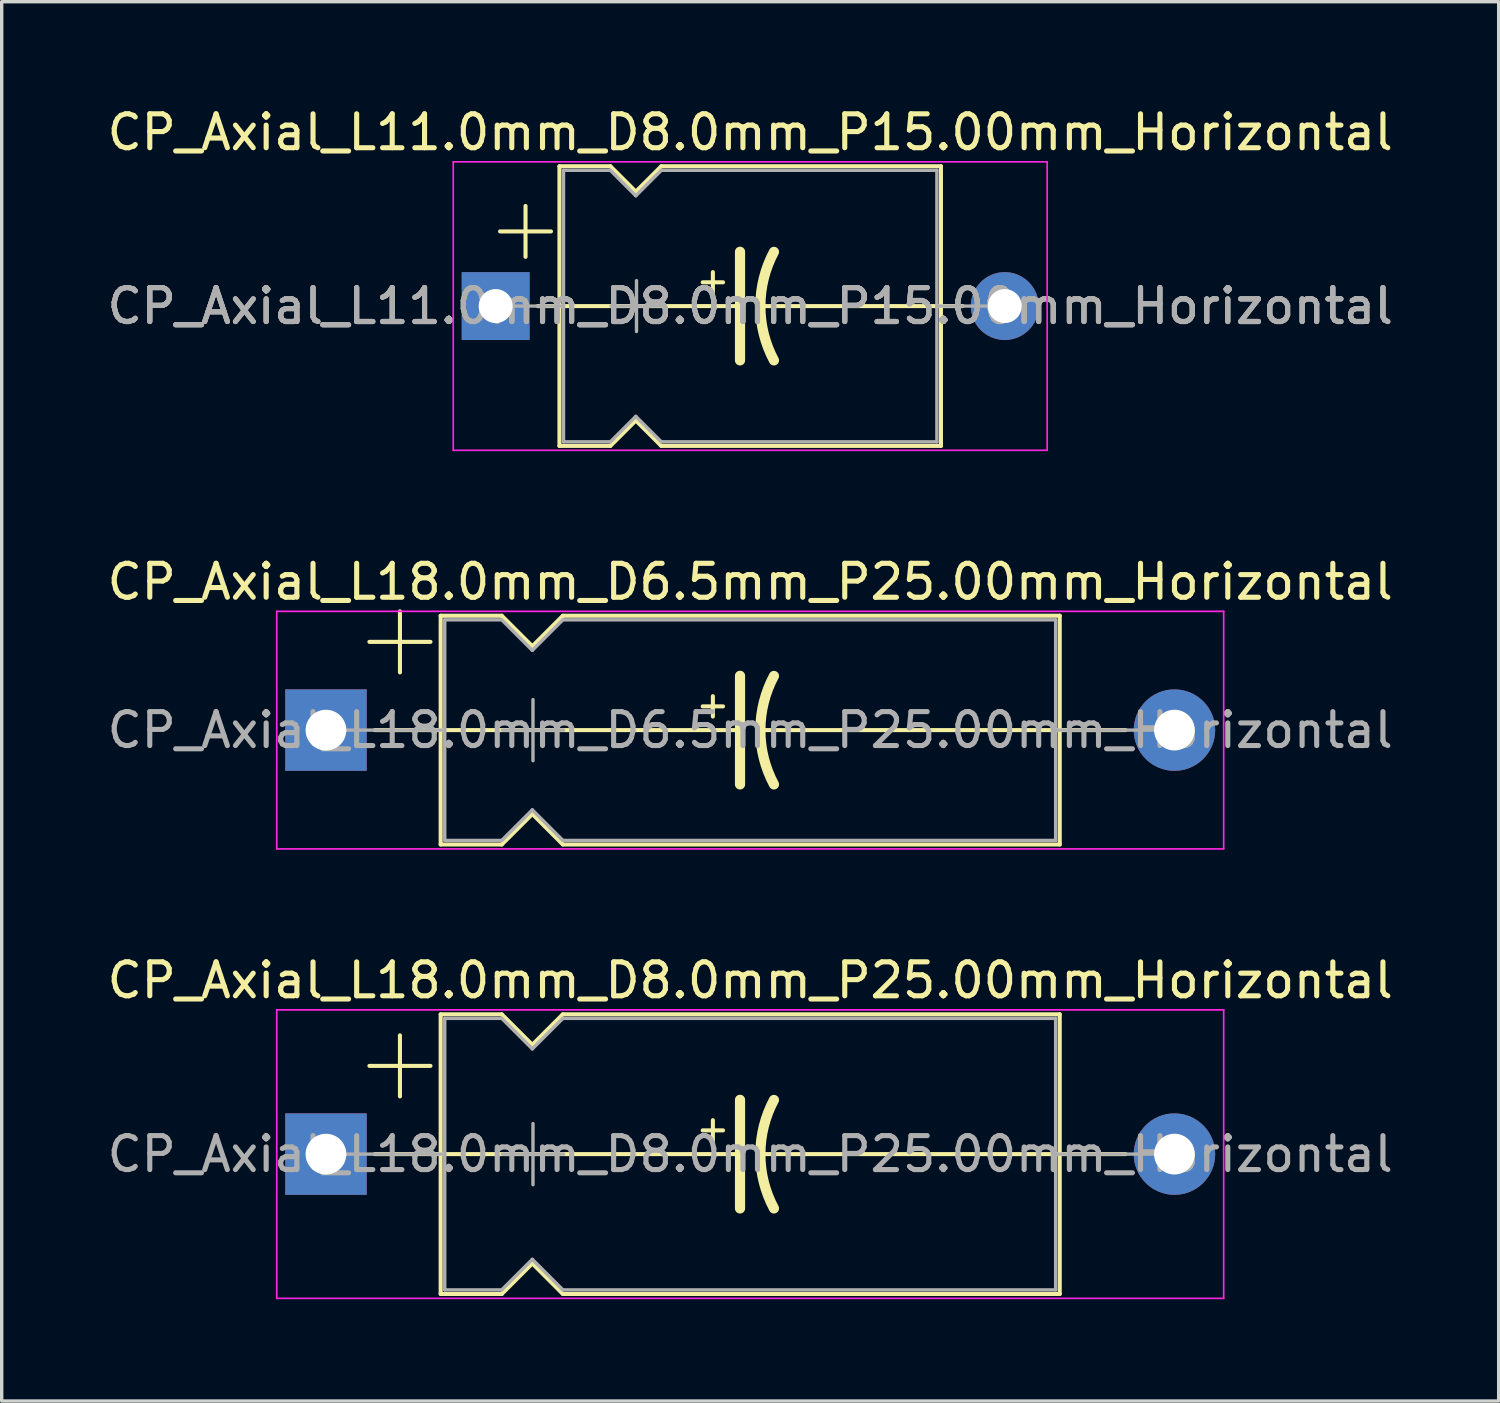
<source format=kicad_pcb>
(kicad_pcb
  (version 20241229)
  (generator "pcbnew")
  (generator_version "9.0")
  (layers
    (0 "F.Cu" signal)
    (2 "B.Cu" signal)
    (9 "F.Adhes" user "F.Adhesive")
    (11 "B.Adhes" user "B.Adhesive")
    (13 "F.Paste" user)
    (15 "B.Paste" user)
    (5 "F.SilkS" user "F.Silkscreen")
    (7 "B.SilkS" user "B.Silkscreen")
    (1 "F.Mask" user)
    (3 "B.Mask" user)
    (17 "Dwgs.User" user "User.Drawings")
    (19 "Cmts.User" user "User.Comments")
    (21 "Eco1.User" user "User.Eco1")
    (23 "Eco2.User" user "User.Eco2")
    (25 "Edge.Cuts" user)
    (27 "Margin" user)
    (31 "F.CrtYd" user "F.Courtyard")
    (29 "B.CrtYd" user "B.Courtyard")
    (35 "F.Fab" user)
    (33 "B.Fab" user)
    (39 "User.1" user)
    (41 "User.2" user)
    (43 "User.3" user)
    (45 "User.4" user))
  (footprint "CP_Axial_L18.0mm_D8.0mm_P25.00mm_Horizontal"
    (layer "F.Cu")
    (at 6.554 30.955)
    (property "Reference" "CP_Axial_L18.0mm_D8.0mm_P25.00mm_Horizontal" (at 12.5 -5.12 0) (layer "F.SilkS") (effects (font (size 1 1) (thickness 0.15))))
    (attr through_hole)
    (fp_line (start 1.28 -2.6) (end 3.08 -2.6) (stroke (width 0.12) (type solid)) (layer "F.SilkS"))
    (fp_line (start 1.44 0) (end 3.38 0) (stroke (width 0.12) (type solid)) (layer "F.SilkS"))
    (fp_line (start 2.18 -3.5) (end 2.18 -1.7) (stroke (width 0.12) (type solid)) (layer "F.SilkS"))
    (fp_line (start 3.38 -4.12) (end 3.38 4.12) (stroke (width 0.12) (type solid)) (layer "F.SilkS"))
    (fp_line (start 3.38 -4.12) (end 5.18 -4.12) (stroke (width 0.12) (type solid)) (layer "F.SilkS"))
    (fp_line (start 3.38 0) (end 12.2 0) (stroke (width 0.12) (type solid)) (layer "F.SilkS"))
    (fp_line (start 3.38 4.12) (end 5.18 4.12) (stroke (width 0.12) (type solid)) (layer "F.SilkS"))
    (fp_line (start 5.18 -4.12) (end 6.08 -3.22) (stroke (width 0.12) (type solid)) (layer "F.SilkS"))
    (fp_line (start 5.18 4.12) (end 6.08 3.22) (stroke (width 0.12) (type solid)) (layer "F.SilkS"))
    (fp_line (start 6.08 -3.22) (end 6.98 -4.12) (stroke (width 0.12) (type solid)) (layer "F.SilkS"))
    (fp_line (start 6.08 3.22) (end 6.98 4.12) (stroke (width 0.12) (type solid)) (layer "F.SilkS"))
    (fp_line (start 6.98 -4.12) (end 21.62 -4.12) (stroke (width 0.12) (type solid)) (layer "F.SilkS"))
    (fp_line (start 6.98 4.12) (end 21.62 4.12) (stroke (width 0.12) (type solid)) (layer "F.SilkS"))
    (fp_line (start 11.1 -0.7) (end 11.7 -0.7) (stroke (width 0.12) (type solid)) (layer "F.SilkS"))
    (fp_line (start 11.4 -1) (end 11.4 -0.4) (stroke (width 0.12) (type solid)) (layer "F.SilkS"))
    (fp_line (start 12.2 0) (end 12.2 -1.6) (stroke (width 0.3) (type solid)) (layer "F.SilkS"))
    (fp_line (start 12.2 0) (end 12.2 1.6) (stroke (width 0.3) (type solid)) (layer "F.SilkS"))
    (fp_line (start 21.62 -4.12) (end 21.62 4.12) (stroke (width 0.12) (type solid)) (layer "F.SilkS"))
    (fp_line (start 21.62 0) (end 12.8 0) (stroke (width 0.12) (type solid)) (layer "F.SilkS"))
    (fp_line (start 23.56 0) (end 21.62 0) (stroke (width 0.12) (type solid)) (layer "F.SilkS"))
    (fp_arc (start 12.8 0) (mid 12.901652 -0.822725) (end 13.2 -1.596157) (stroke (width 0.3) (type solid)) (layer "F.SilkS"))
    (fp_arc (start 13.2 1.6) (mid 12.900523 0.824869) (end 12.8 0) (stroke (width 0.3) (type solid)) (layer "F.SilkS"))
    (fp_line (start -1.45 -4.25) (end -1.45 4.25) (stroke (width 0.05) (type solid)) (layer "F.CrtYd"))
    (fp_line (start -1.45 4.25) (end 26.45 4.25) (stroke (width 0.05) (type solid)) (layer "F.CrtYd"))
    (fp_line (start 26.45 -4.25) (end -1.45 -4.25) (stroke (width 0.05) (type solid)) (layer "F.CrtYd"))
    (fp_line (start 26.45 4.25) (end 26.45 -4.25) (stroke (width 0.05) (type solid)) (layer "F.CrtYd"))
    (fp_line (start 0 0) (end 3.5 0) (stroke (width 0.1) (type solid)) (layer "F.Fab"))
    (fp_line (start 3.5 -4) (end 3.5 4) (stroke (width 0.1) (type solid)) (layer "F.Fab"))
    (fp_line (start 3.5 -4) (end 5.18 -4) (stroke (width 0.1) (type solid)) (layer "F.Fab"))
    (fp_line (start 3.5 4) (end 5.18 4) (stroke (width 0.1) (type solid)) (layer "F.Fab"))
    (fp_line (start 5.18 -4) (end 6.08 -3.1) (stroke (width 0.1) (type solid)) (layer "F.Fab"))
    (fp_line (start 5.18 4) (end 6.08 3.1) (stroke (width 0.1) (type solid)) (layer "F.Fab"))
    (fp_line (start 5.2 0) (end 7 0) (stroke (width 0.1) (type solid)) (layer "F.Fab"))
    (fp_line (start 6.08 -3.1) (end 6.98 -4) (stroke (width 0.1) (type solid)) (layer "F.Fab"))
    (fp_line (start 6.08 3.1) (end 6.98 4) (stroke (width 0.1) (type solid)) (layer "F.Fab"))
    (fp_line (start 6.1 -0.9) (end 6.1 0.9) (stroke (width 0.1) (type solid)) (layer "F.Fab"))
    (fp_line (start 6.98 -4) (end 21.5 -4) (stroke (width 0.1) (type solid)) (layer "F.Fab"))
    (fp_line (start 6.98 4) (end 21.5 4) (stroke (width 0.1) (type solid)) (layer "F.Fab"))
    (fp_line (start 21.5 -4) (end 21.5 4) (stroke (width 0.1) (type solid)) (layer "F.Fab"))
    (fp_line (start 25 0) (end 21.5 0) (stroke (width 0.1) (type solid)) (layer "F.Fab"))
    (fp_text user "${REFERENCE}" (at 12.5 0 0) (layer "F.Fab") (effects (font (size 1 1) (thickness 0.15))))
    (pad "1" thru_hole rect (at 0 0) (size 2.4 2.4) (drill 1.2) (layers "*.Cu" "*.Mask"))
    (pad "2" thru_hole oval (at 25 0) (size 2.4 2.4) (drill 1.2) (layers "*.Cu" "*.Mask")))
  (footprint "CP_Axial_L11.0mm_D8.0mm_P15.00mm_Horizontal"
    (layer "F.Cu")
    (at 11.554 5.968)
    (property "Reference" "CP_Axial_L11.0mm_D8.0mm_P15.00mm_Horizontal" (at 7.5 -5.12 0) (layer "F.SilkS") (effects (font (size 1 1) (thickness 0.15))))
    (attr through_hole)
    (fp_line (start 0.13 -2.2) (end 1.63 -2.2) (stroke (width 0.12) (type solid)) (layer "F.SilkS"))
    (fp_line (start 0.88 -2.95) (end 0.88 -1.45) (stroke (width 0.12) (type solid)) (layer "F.SilkS"))
    (fp_line (start 1.24 0) (end 1.88 0) (stroke (width 0.12) (type solid)) (layer "F.SilkS"))
    (fp_line (start 1.88 -4.12) (end 1.88 4.12) (stroke (width 0.12) (type solid)) (layer "F.SilkS"))
    (fp_line (start 1.88 -4.12) (end 3.38 -4.12) (stroke (width 0.12) (type solid)) (layer "F.SilkS"))
    (fp_line (start 1.88 0) (end 7.2 0) (stroke (width 0.12) (type solid)) (layer "F.SilkS"))
    (fp_line (start 1.88 4.12) (end 3.38 4.12) (stroke (width 0.12) (type solid)) (layer "F.SilkS"))
    (fp_line (start 3.38 -4.12) (end 4.13 -3.37) (stroke (width 0.12) (type solid)) (layer "F.SilkS"))
    (fp_line (start 3.38 4.12) (end 4.13 3.37) (stroke (width 0.12) (type solid)) (layer "F.SilkS"))
    (fp_line (start 4.13 -3.37) (end 4.88 -4.12) (stroke (width 0.12) (type solid)) (layer "F.SilkS"))
    (fp_line (start 4.13 3.37) (end 4.88 4.12) (stroke (width 0.12) (type solid)) (layer "F.SilkS"))
    (fp_line (start 4.88 -4.12) (end 13.12 -4.12) (stroke (width 0.12) (type solid)) (layer "F.SilkS"))
    (fp_line (start 4.88 4.12) (end 13.12 4.12) (stroke (width 0.12) (type solid)) (layer "F.SilkS"))
    (fp_line (start 6.1 -0.7) (end 6.7 -0.7) (stroke (width 0.12) (type solid)) (layer "F.SilkS"))
    (fp_line (start 6.4 -1) (end 6.4 -0.4) (stroke (width 0.12) (type solid)) (layer "F.SilkS"))
    (fp_line (start 7.2 0) (end 7.2 -1.6) (stroke (width 0.3) (type solid)) (layer "F.SilkS"))
    (fp_line (start 7.2 0) (end 7.2 1.6) (stroke (width 0.3) (type solid)) (layer "F.SilkS"))
    (fp_line (start 13.12 -4.12) (end 13.12 4.12) (stroke (width 0.12) (type solid)) (layer "F.SilkS"))
    (fp_line (start 13.12 0) (end 7.8 0) (stroke (width 0.12) (type solid)) (layer "F.SilkS"))
    (fp_line (start 13.76 0) (end 13.12 0) (stroke (width 0.12) (type solid)) (layer "F.SilkS"))
    (fp_arc (start 7.8 0) (mid 7.901652 -0.822725) (end 8.2 -1.596157) (stroke (width 0.3) (type solid)) (layer "F.SilkS"))
    (fp_arc (start 8.2 1.6) (mid 7.900523 0.824869) (end 7.8 0) (stroke (width 0.3) (type solid)) (layer "F.SilkS"))
    (fp_line (start -1.25 -4.25) (end -1.25 4.25) (stroke (width 0.05) (type solid)) (layer "F.CrtYd"))
    (fp_line (start -1.25 4.25) (end 16.25 4.25) (stroke (width 0.05) (type solid)) (layer "F.CrtYd"))
    (fp_line (start 16.25 -4.25) (end -1.25 -4.25) (stroke (width 0.05) (type solid)) (layer "F.CrtYd"))
    (fp_line (start 16.25 4.25) (end 16.25 -4.25) (stroke (width 0.05) (type solid)) (layer "F.CrtYd"))
    (fp_line (start 0 0) (end 2 0) (stroke (width 0.1) (type solid)) (layer "F.Fab"))
    (fp_line (start 2 -4) (end 2 4) (stroke (width 0.1) (type solid)) (layer "F.Fab"))
    (fp_line (start 2 -4) (end 3.38 -4) (stroke (width 0.1) (type solid)) (layer "F.Fab"))
    (fp_line (start 2 4) (end 3.38 4) (stroke (width 0.1) (type solid)) (layer "F.Fab"))
    (fp_line (start 3.38 -4) (end 4.13 -3.25) (stroke (width 0.1) (type solid)) (layer "F.Fab"))
    (fp_line (start 3.38 4) (end 4.13 3.25) (stroke (width 0.1) (type solid)) (layer "F.Fab"))
    (fp_line (start 3.4 0) (end 4.9 0) (stroke (width 0.1) (type solid)) (layer "F.Fab"))
    (fp_line (start 4.13 -3.25) (end 4.88 -4) (stroke (width 0.1) (type solid)) (layer "F.Fab"))
    (fp_line (start 4.13 3.25) (end 4.88 4) (stroke (width 0.1) (type solid)) (layer "F.Fab"))
    (fp_line (start 4.15 -0.75) (end 4.15 0.75) (stroke (width 0.1) (type solid)) (layer "F.Fab"))
    (fp_line (start 4.88 -4) (end 13 -4) (stroke (width 0.1) (type solid)) (layer "F.Fab"))
    (fp_line (start 4.88 4) (end 13 4) (stroke (width 0.1) (type solid)) (layer "F.Fab"))
    (fp_line (start 13 -4) (end 13 4) (stroke (width 0.1) (type solid)) (layer "F.Fab"))
    (fp_line (start 15 0) (end 13 0) (stroke (width 0.1) (type solid)) (layer "F.Fab"))
    (fp_text user "${REFERENCE}" (at 7.5 0 0) (layer "F.Fab") (effects (font (size 1 1) (thickness 0.15))))
    (fp_text user "${REFERENCE}" (at 7.5 0 0) (layer "F.Fab") (effects (font (size 1 1) (thickness 0.15))))
    (fp_text user "${REFERENCE}" (at 7.5 0 0) (layer "F.Fab") (effects (font (size 1 1) (thickness 0.15))))
    (pad "1" thru_hole rect (at 0 0) (size 2 2) (drill 1) (layers "*.Cu" "*.Mask"))
    (pad "2" thru_hole oval (at 15 0) (size 2 2) (drill 1) (layers "*.Cu" "*.Mask")))
  (footprint "CP_Axial_L18.0mm_D6.5mm_P25.00mm_Horizontal"
    (layer "F.Cu")
    (at 6.554 18.462)
    (property "Reference" "CP_Axial_L18.0mm_D6.5mm_P25.00mm_Horizontal" (at 12.5 -4.37 0) (layer "F.SilkS") (effects (font (size 1 1) (thickness 0.15))))
    (attr through_hole)
    (fp_line (start 1.28 -2.6) (end 3.08 -2.6) (stroke (width 0.12) (type solid)) (layer "F.SilkS"))
    (fp_line (start 1.44 0) (end 3.38 0) (stroke (width 0.12) (type solid)) (layer "F.SilkS"))
    (fp_line (start 2.18 -3.5) (end 2.18 -1.7) (stroke (width 0.12) (type solid)) (layer "F.SilkS"))
    (fp_line (start 3.38 -3.37) (end 3.38 3.37) (stroke (width 0.12) (type solid)) (layer "F.SilkS"))
    (fp_line (start 3.38 -3.37) (end 5.18 -3.37) (stroke (width 0.12) (type solid)) (layer "F.SilkS"))
    (fp_line (start 3.38 0) (end 12.2 0) (stroke (width 0.12) (type solid)) (layer "F.SilkS"))
    (fp_line (start 3.38 3.37) (end 5.18 3.37) (stroke (width 0.12) (type solid)) (layer "F.SilkS"))
    (fp_line (start 5.18 -3.37) (end 6.08 -2.47) (stroke (width 0.12) (type solid)) (layer "F.SilkS"))
    (fp_line (start 5.18 3.37) (end 6.08 2.47) (stroke (width 0.12) (type solid)) (layer "F.SilkS"))
    (fp_line (start 6.08 -2.47) (end 6.98 -3.37) (stroke (width 0.12) (type solid)) (layer "F.SilkS"))
    (fp_line (start 6.08 2.47) (end 6.98 3.37) (stroke (width 0.12) (type solid)) (layer "F.SilkS"))
    (fp_line (start 6.98 -3.37) (end 21.62 -3.37) (stroke (width 0.12) (type solid)) (layer "F.SilkS"))
    (fp_line (start 6.98 3.37) (end 21.62 3.37) (stroke (width 0.12) (type solid)) (layer "F.SilkS"))
    (fp_line (start 11.1 -0.7) (end 11.7 -0.7) (stroke (width 0.12) (type solid)) (layer "F.SilkS"))
    (fp_line (start 11.4 -1) (end 11.4 -0.4) (stroke (width 0.12) (type solid)) (layer "F.SilkS"))
    (fp_line (start 12.2 0) (end 12.2 -1.6) (stroke (width 0.3) (type solid)) (layer "F.SilkS"))
    (fp_line (start 12.2 0) (end 12.2 1.6) (stroke (width 0.3) (type solid)) (layer "F.SilkS"))
    (fp_line (start 21.62 -3.37) (end 21.62 3.37) (stroke (width 0.12) (type solid)) (layer "F.SilkS"))
    (fp_line (start 21.62 0) (end 12.8 0) (stroke (width 0.12) (type solid)) (layer "F.SilkS"))
    (fp_line (start 23.56 0) (end 21.62 0) (stroke (width 0.12) (type solid)) (layer "F.SilkS"))
    (fp_arc (start 12.8 0) (mid 12.901652 -0.822725) (end 13.2 -1.596157) (stroke (width 0.3) (type solid)) (layer "F.SilkS"))
    (fp_arc (start 13.2 1.6) (mid 12.900523 0.824869) (end 12.8 0) (stroke (width 0.3) (type solid)) (layer "F.SilkS"))
    (fp_line (start -1.45 -3.5) (end -1.45 3.5) (stroke (width 0.05) (type solid)) (layer "F.CrtYd"))
    (fp_line (start -1.45 3.5) (end 26.45 3.5) (stroke (width 0.05) (type solid)) (layer "F.CrtYd"))
    (fp_line (start 26.45 -3.5) (end -1.45 -3.5) (stroke (width 0.05) (type solid)) (layer "F.CrtYd"))
    (fp_line (start 26.45 3.5) (end 26.45 -3.5) (stroke (width 0.05) (type solid)) (layer "F.CrtYd"))
    (fp_line (start 0 0) (end 3.5 0) (stroke (width 0.1) (type solid)) (layer "F.Fab"))
    (fp_line (start 3.5 -3.25) (end 3.5 3.25) (stroke (width 0.1) (type solid)) (layer "F.Fab"))
    (fp_line (start 3.5 -3.25) (end 5.18 -3.25) (stroke (width 0.1) (type solid)) (layer "F.Fab"))
    (fp_line (start 3.5 3.25) (end 5.18 3.25) (stroke (width 0.1) (type solid)) (layer "F.Fab"))
    (fp_line (start 5.18 -3.25) (end 6.08 -2.35) (stroke (width 0.1) (type solid)) (layer "F.Fab"))
    (fp_line (start 5.18 3.25) (end 6.08 2.35) (stroke (width 0.1) (type solid)) (layer "F.Fab"))
    (fp_line (start 5.2 0) (end 7 0) (stroke (width 0.1) (type solid)) (layer "F.Fab"))
    (fp_line (start 6.08 -2.35) (end 6.98 -3.25) (stroke (width 0.1) (type solid)) (layer "F.Fab"))
    (fp_line (start 6.08 2.35) (end 6.98 3.25) (stroke (width 0.1) (type solid)) (layer "F.Fab"))
    (fp_line (start 6.1 -0.9) (end 6.1 0.9) (stroke (width 0.1) (type solid)) (layer "F.Fab"))
    (fp_line (start 6.98 -3.25) (end 21.5 -3.25) (stroke (width 0.1) (type solid)) (layer "F.Fab"))
    (fp_line (start 6.98 3.25) (end 21.5 3.25) (stroke (width 0.1) (type solid)) (layer "F.Fab"))
    (fp_line (start 21.5 -3.25) (end 21.5 3.25) (stroke (width 0.1) (type solid)) (layer "F.Fab"))
    (fp_line (start 25 0) (end 21.5 0) (stroke (width 0.1) (type solid)) (layer "F.Fab"))
    (fp_text user "${REFERENCE}" (at 12.5 0 0) (layer "F.Fab") (effects (font (size 1 1) (thickness 0.15))))
    (pad "1" thru_hole rect (at 0 0) (size 2.4 2.4) (drill 1.2) (layers "*.Cu" "*.Mask"))
    (pad "2" thru_hole oval (at 25 0) (size 2.4 2.4) (drill 1.2) (layers "*.Cu" "*.Mask")))
  (gr_rect
    (start -3 -3)
    (end 41.107 38.23)
    (stroke (width 0.1) (type default))
    (fill no)
    (layer "Edge.Cuts")))
</source>
